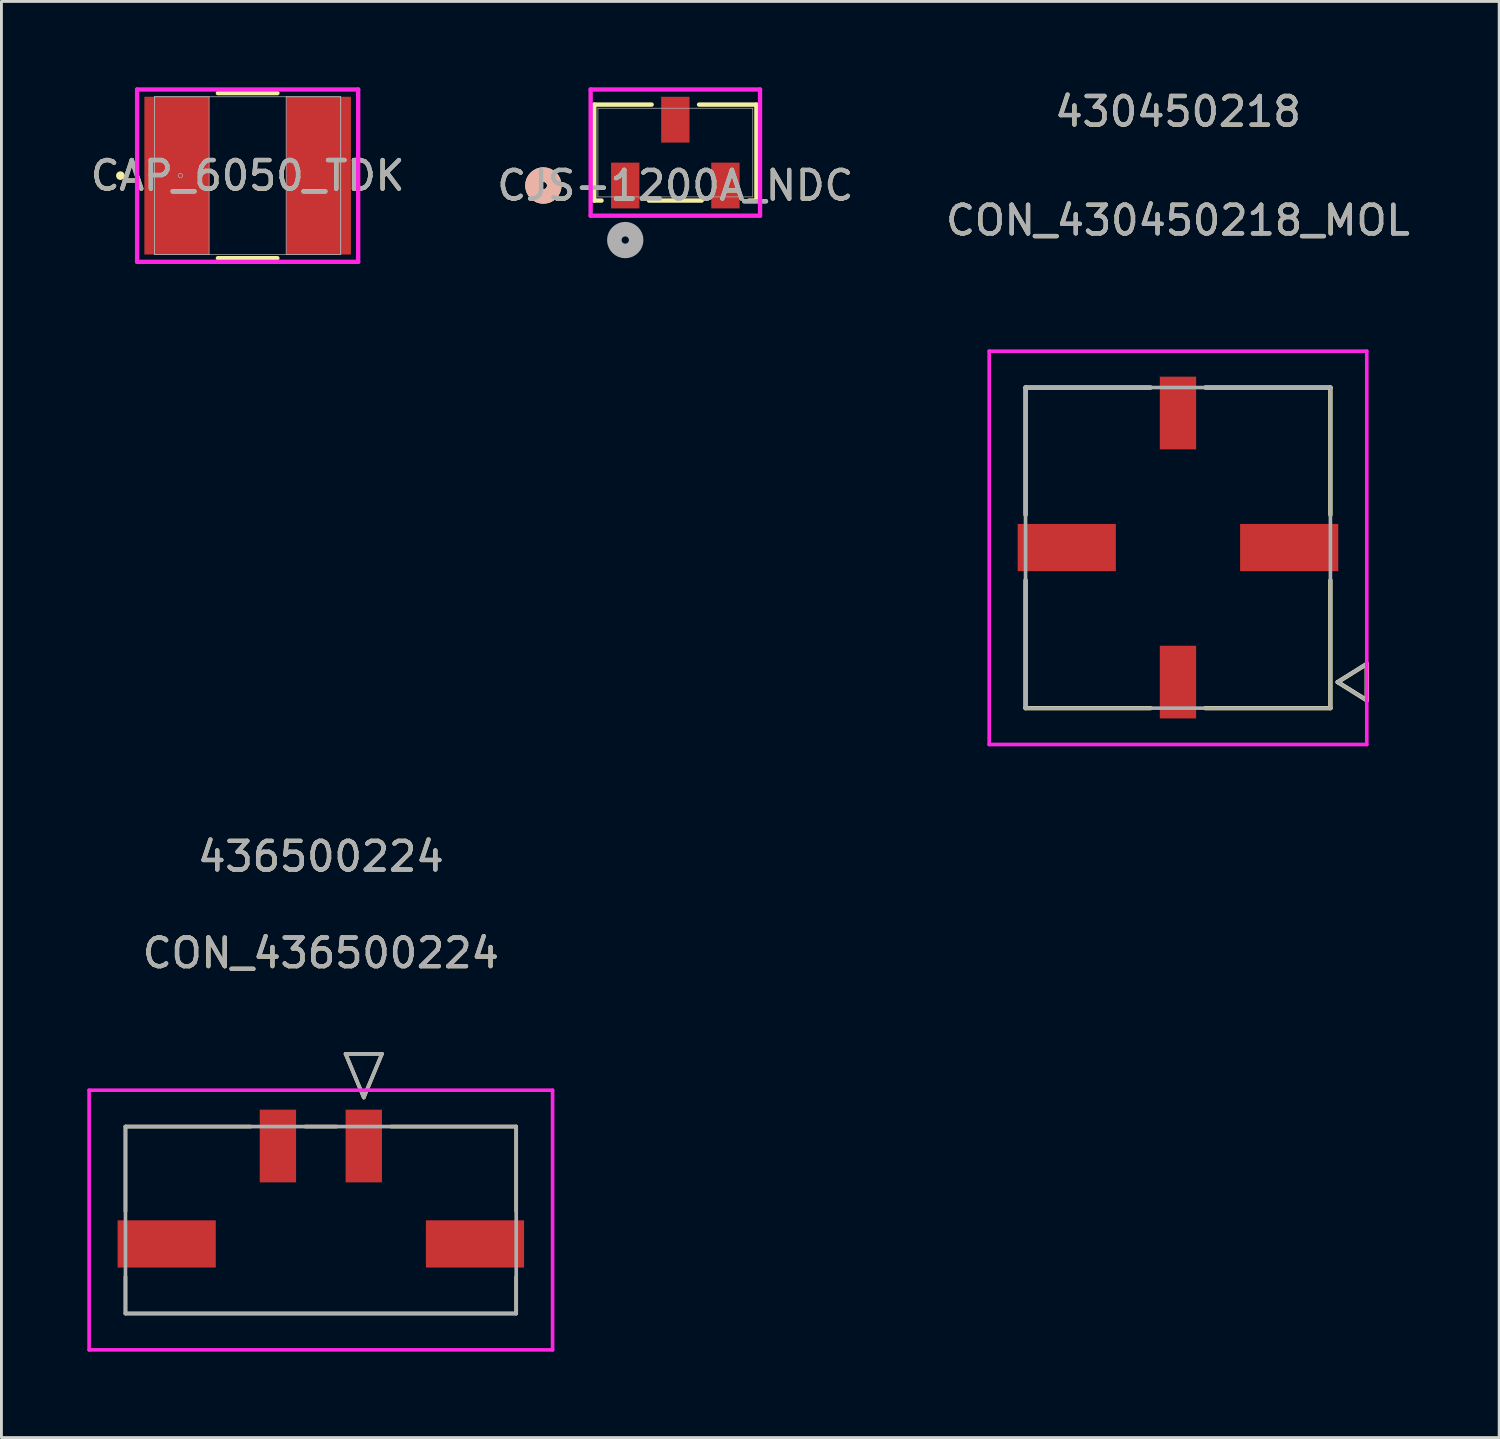
<source format=kicad_pcb>
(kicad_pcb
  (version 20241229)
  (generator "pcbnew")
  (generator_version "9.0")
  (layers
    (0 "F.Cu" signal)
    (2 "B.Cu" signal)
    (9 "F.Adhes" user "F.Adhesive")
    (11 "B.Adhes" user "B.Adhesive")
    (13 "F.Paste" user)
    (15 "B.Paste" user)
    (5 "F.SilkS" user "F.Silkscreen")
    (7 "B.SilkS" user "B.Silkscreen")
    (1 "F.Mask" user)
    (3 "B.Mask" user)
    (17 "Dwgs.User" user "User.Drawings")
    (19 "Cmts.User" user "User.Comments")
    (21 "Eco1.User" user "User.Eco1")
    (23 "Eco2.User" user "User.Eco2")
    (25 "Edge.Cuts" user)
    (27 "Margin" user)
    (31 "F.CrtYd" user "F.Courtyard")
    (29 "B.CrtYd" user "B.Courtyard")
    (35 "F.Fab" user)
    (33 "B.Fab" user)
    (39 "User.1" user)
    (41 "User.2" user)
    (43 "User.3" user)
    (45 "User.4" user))
  (footprint "CON_430450218_MOL"
    (layer "F.Cu")
    (at 38.101 16.078)
    (property "Reference" "CON_430450218_MOL" (at 0 -11.43 0) (unlocked yes) (layer "F.SilkS") (effects (font (size 1 1) (thickness 0.15))))
    (attr smd)
    (fp_line (start -5.325 -5.59) (end -5.325 -1.145) (stroke (width 0.152) (type solid)) (layer "F.SilkS"))
    (fp_line (start -5.325 1.145) (end -5.325 5.61) (stroke (width 0.152) (type solid)) (layer "F.SilkS"))
    (fp_line (start -5.325 5.61) (end -0.955 5.61) (stroke (width 0.152) (type solid)) (layer "F.SilkS"))
    (fp_line (start -0.955 -5.59) (end -5.325 -5.59) (stroke (width 0.152) (type solid)) (layer "F.SilkS"))
    (fp_line (start 0.955 5.61) (end 5.325 5.61) (stroke (width 0.152) (type solid)) (layer "F.SilkS"))
    (fp_line (start 5.325 -5.59) (end 0.955 -5.59) (stroke (width 0.152) (type solid)) (layer "F.SilkS"))
    (fp_line (start 5.325 -1.145) (end 5.325 -5.59) (stroke (width 0.152) (type solid)) (layer "F.SilkS"))
    (fp_line (start 5.325 5.61) (end 5.325 1.145) (stroke (width 0.152) (type solid)) (layer "F.SilkS"))
    (fp_line (start 5.579 4.7) (end 6.595 4.065) (stroke (width 0.152) (type solid)) (layer "F.SilkS"))
    (fp_line (start 6.595 4.065) (end 6.595 5.335) (stroke (width 0.152) (type solid)) (layer "F.SilkS"))
    (fp_line (start 6.595 5.335) (end 5.579 4.7) (stroke (width 0.152) (type solid)) (layer "F.SilkS"))
    (fp_line (start -6.595 -6.86) (end -6.595 6.88) (stroke (width 0.127) (type solid)) (layer "F.CrtYd"))
    (fp_line (start -6.595 6.88) (end 6.595 6.88) (stroke (width 0.127) (type solid)) (layer "F.CrtYd"))
    (fp_line (start 6.595 -6.86) (end -6.595 -6.86) (stroke (width 0.127) (type solid)) (layer "F.CrtYd"))
    (fp_line (start 6.595 6.88) (end 6.595 -6.86) (stroke (width 0.127) (type solid)) (layer "F.CrtYd"))
    (fp_line (start -5.325 -5.59) (end -5.325 5.61) (stroke (width 0.127) (type solid)) (layer "F.Fab"))
    (fp_line (start -5.325 5.61) (end 5.325 5.61) (stroke (width 0.127) (type solid)) (layer "F.Fab"))
    (fp_line (start 5.325 -5.59) (end -5.325 -5.59) (stroke (width 0.127) (type solid)) (layer "F.Fab"))
    (fp_line (start 5.325 5.61) (end 5.325 -5.59) (stroke (width 0.127) (type solid)) (layer "F.Fab"))
    (fp_line (start 5.579 4.7) (end 6.595 4.065) (stroke (width 0.127) (type solid)) (layer "F.Fab"))
    (fp_line (start 6.595 4.065) (end 6.595 5.335) (stroke (width 0.127) (type solid)) (layer "F.Fab"))
    (fp_line (start 6.595 5.335) (end 5.579 4.7) (stroke (width 0.127) (type solid)) (layer "F.Fab"))
    (fp_text user "430450218" (at 0 -15.23 0) (unlocked yes) (layer "F.SilkS") (effects (font (size 1 1) (thickness 0.15))))
    (fp_text user "${REFERENCE}" (at 0 -11.43 0) (unlocked yes) (layer "F.Fab") (effects (font (size 1 1) (thickness 0.15))))
    (fp_text user "430450218" (at 0 -15.23 0) (unlocked yes) (layer "F.Fab") (effects (font (size 1 1) (thickness 0.15))))
    (pad "1" smd rect (at 0 4.7) (size 1.27 2.54) (layers "F.Cu" "F.Mask" "F.Paste"))
    (pad "2" smd rect (at 0 -4.7) (size 1.27 2.54) (layers "F.Cu" "F.Mask" "F.Paste"))
    (pad "S1" smd rect (at 3.885 0) (size 3.43 1.65) (layers "F.Cu" "F.Mask" "F.Paste"))
    (pad "S2" smd rect (at -3.885 0) (size 3.43 1.65) (layers "F.Cu" "F.Mask" "F.Paste")))
  (footprint "CJS-1200A_NDC"
    (layer "F.Cu")
    (at 20.542 2.28)
    (property "Reference" "CJS-1200A_NDC" (at 0 1.151 0) (unlocked yes) (layer "F.SilkS") (effects (font (size 1 1) (thickness 0.15))))
    (attr smd)
    (fp_line (start -2.832 -1.676) (end -2.832 1.676) (stroke (width 0.152) (type solid)) (layer "F.SilkS"))
    (fp_line (start -2.832 1.676) (end -2.578 1.676) (stroke (width 0.152) (type solid)) (layer "F.SilkS"))
    (fp_line (start -0.922 1.676) (end 0.922 1.676) (stroke (width 0.152) (type solid)) (layer "F.SilkS"))
    (fp_line (start -0.828 -1.676) (end -2.832 -1.676) (stroke (width 0.152) (type solid)) (layer "F.SilkS"))
    (fp_line (start 2.578 1.676) (end 2.832 1.676) (stroke (width 0.152) (type solid)) (layer "F.SilkS"))
    (fp_line (start 2.832 -1.676) (end 0.828 -1.676) (stroke (width 0.152) (type solid)) (layer "F.SilkS"))
    (fp_line (start 2.832 1.676) (end 2.832 -1.676) (stroke (width 0.152) (type solid)) (layer "F.SilkS"))
    (fp_circle (center -4.61 1.151) (end -4.229 1.151) (stroke (width 0.508) (type solid)) (fill no) (layer "F.SilkS"))
    (fp_circle (center -4.61 1.151) (end -4.229 1.151) (stroke (width 0.508) (type solid)) (fill no) (layer "B.SilkS"))
    (fp_line (start -2.959 -2.204) (end -2.959 2.205) (stroke (width 0.152) (type solid)) (layer "F.CrtYd"))
    (fp_line (start -2.959 2.205) (end 2.959 2.205) (stroke (width 0.152) (type solid)) (layer "F.CrtYd"))
    (fp_line (start 2.959 -2.204) (end -2.959 -2.204) (stroke (width 0.152) (type solid)) (layer "F.CrtYd"))
    (fp_line (start 2.959 2.205) (end 2.959 -2.204) (stroke (width 0.152) (type solid)) (layer "F.CrtYd"))
    (fp_line (start -2.705 -1.549) (end -2.705 1.549) (stroke (width 0.025) (type solid)) (layer "F.Fab"))
    (fp_line (start -2.705 1.549) (end 2.705 1.549) (stroke (width 0.025) (type solid)) (layer "F.Fab"))
    (fp_line (start 2.705 -1.549) (end -2.705 -1.549) (stroke (width 0.025) (type solid)) (layer "F.Fab"))
    (fp_line (start 2.705 1.549) (end 2.705 -1.549) (stroke (width 0.025) (type solid)) (layer "F.Fab"))
    (fp_circle (center -1.75 3.056) (end -1.369 3.056) (stroke (width 0.508) (type solid)) (fill no) (layer "F.Fab"))
    (fp_text user "${REFERENCE}" (at 0 1.151 0) (unlocked yes) (layer "F.Fab") (effects (font (size 1 1) (thickness 0.15))))
    (pad "1" smd rect (at -1.75 1.151) (size 0.991 1.6) (layers "F.Cu" "F.Mask" "F.Paste"))
    (pad "2" smd rect (at 0 -1.149) (size 0.991 1.6) (layers "F.Cu" "F.Mask" "F.Paste"))
    (pad "3" smd rect (at 1.75 1.151) (size 0.991 1.6) (layers "F.Cu" "F.Mask" "F.Paste")))
  (footprint "CON_436500224"
    (layer "F.Cu")
    (at 8.158 40.405)
    (property "Reference" "CON_436500224" (at 0 -10.16 0) (unlocked yes) (layer "F.SilkS") (effects (font (size 1 1) (thickness 0.15))))
    (attr smd)
    (fp_line (start -6.825 -4.1) (end -6.825 -1.145) (stroke (width 0.127) (type solid)) (layer "F.SilkS"))
    (fp_line (start -6.825 1.145) (end -6.825 2.43) (stroke (width 0.127) (type solid)) (layer "F.SilkS"))
    (fp_line (start -6.825 2.43) (end 6.825 2.43) (stroke (width 0.127) (type solid)) (layer "F.SilkS"))
    (fp_line (start -2.455 -4.1) (end -6.825 -4.1) (stroke (width 0.127) (type solid)) (layer "F.SilkS"))
    (fp_line (start 0.545 -4.1) (end -0.545 -4.1) (stroke (width 0.127) (type solid)) (layer "F.SilkS"))
    (fp_line (start 0.865 -6.64) (end 1.5 -5.116) (stroke (width 0.127) (type solid)) (layer "F.SilkS"))
    (fp_line (start 1.5 -5.116) (end 2.135 -6.64) (stroke (width 0.127) (type solid)) (layer "F.SilkS"))
    (fp_line (start 2.135 -6.64) (end 0.865 -6.64) (stroke (width 0.127) (type solid)) (layer "F.SilkS"))
    (fp_line (start 6.825 -4.1) (end 2.455 -4.1) (stroke (width 0.127) (type solid)) (layer "F.SilkS"))
    (fp_line (start 6.825 -1.145) (end 6.825 -4.1) (stroke (width 0.127) (type solid)) (layer "F.SilkS"))
    (fp_line (start 6.825 2.43) (end 6.825 1.145) (stroke (width 0.127) (type solid)) (layer "F.SilkS"))
    (fp_line (start -8.095 -5.37) (end -8.095 3.7) (stroke (width 0.127) (type solid)) (layer "F.CrtYd"))
    (fp_line (start -8.095 3.7) (end 8.095 3.7) (stroke (width 0.127) (type solid)) (layer "F.CrtYd"))
    (fp_line (start 8.095 -5.37) (end -8.095 -5.37) (stroke (width 0.127) (type solid)) (layer "F.CrtYd"))
    (fp_line (start 8.095 3.7) (end 8.095 -5.37) (stroke (width 0.127) (type solid)) (layer "F.CrtYd"))
    (fp_line (start -6.825 -4.1) (end -6.825 2.43) (stroke (width 0.127) (type solid)) (layer "F.Fab"))
    (fp_line (start -6.825 2.43) (end 6.825 2.43) (stroke (width 0.127) (type solid)) (layer "F.Fab"))
    (fp_line (start 0.865 -6.64) (end 1.5 -5.116) (stroke (width 0.127) (type solid)) (layer "F.Fab"))
    (fp_line (start 1.5 -5.116) (end 2.135 -6.64) (stroke (width 0.127) (type solid)) (layer "F.Fab"))
    (fp_line (start 2.135 -6.64) (end 0.865 -6.64) (stroke (width 0.127) (type solid)) (layer "F.Fab"))
    (fp_line (start 6.825 -4.1) (end -6.825 -4.1) (stroke (width 0.127) (type solid)) (layer "F.Fab"))
    (fp_line (start 6.825 2.43) (end 6.825 -4.1) (stroke (width 0.127) (type solid)) (layer "F.Fab"))
    (fp_text user "436500224" (at 0 -13.535 0) (unlocked yes) (layer "F.SilkS") (effects (font (size 1 1) (thickness 0.15))))
    (fp_text user "436500224" (at 0 -13.535 0) (unlocked yes) (layer "F.Fab") (effects (font (size 1 1) (thickness 0.15))))
    (fp_text user "${REFERENCE}" (at 0 -10.16 0) (unlocked yes) (layer "F.Fab") (effects (font (size 1 1) (thickness 0.15))))
    (pad "1" smd rect (at 1.5 -3.42) (size 1.27 2.54) (layers "F.Cu" "F.Mask" "F.Paste"))
    (pad "2" smd rect (at -1.5 -3.42) (size 1.27 2.54) (layers "F.Cu" "F.Mask" "F.Paste"))
    (pad "P1" smd rect (at 5.385 0) (size 3.43 1.65) (layers "F.Cu" "F.Mask" "F.Paste"))
    (pad "P2" smd rect (at -5.385 0) (size 3.43 1.65) (layers "F.Cu" "F.Mask" "F.Paste")))
  (footprint "CAP_6050_TDK"
    (layer "F.Cu")
    (at 5.601 3.086)
    (property "Reference" "CAP_6050_TDK" (at 0 0 0) (unlocked yes) (layer "F.SilkS") (effects (font (size 1 1) (thickness 0.15))))
    (attr smd)
    (fp_line (start -1.039 2.883) (end 1.039 2.883) (stroke (width 0.152) (type solid)) (layer "F.SilkS"))
    (fp_line (start 1.039 -2.883) (end -1.039 -2.883) (stroke (width 0.152) (type solid)) (layer "F.SilkS"))
    (fp_circle (center -4.445 0) (end -4.369 0) (stroke (width 0.152) (type solid)) (fill no) (layer "F.SilkS"))
    (fp_line (start -3.861 -3.01) (end 3.861 -3.01) (stroke (width 0.152) (type solid)) (layer "F.CrtYd"))
    (fp_line (start -3.861 3.01) (end -3.861 -3.01) (stroke (width 0.152) (type solid)) (layer "F.CrtYd"))
    (fp_line (start 3.861 -3.01) (end 3.861 3.01) (stroke (width 0.152) (type solid)) (layer "F.CrtYd"))
    (fp_line (start 3.861 3.01) (end -3.861 3.01) (stroke (width 0.152) (type solid)) (layer "F.CrtYd"))
    (fp_line (start -3.251 -2.756) (end -3.251 2.756) (stroke (width 0.025) (type solid)) (layer "F.Fab"))
    (fp_line (start -3.251 -2.756) (end -3.251 2.756) (stroke (width 0.025) (type solid)) (layer "F.Fab"))
    (fp_line (start -3.251 2.756) (end -1.346 2.756) (stroke (width 0.025) (type solid)) (layer "F.Fab"))
    (fp_line (start -3.251 2.756) (end 3.251 2.756) (stroke (width 0.025) (type solid)) (layer "F.Fab"))
    (fp_line (start -1.346 -2.756) (end -3.251 -2.756) (stroke (width 0.025) (type solid)) (layer "F.Fab"))
    (fp_line (start -1.346 2.756) (end -1.346 -2.756) (stroke (width 0.025) (type solid)) (layer "F.Fab"))
    (fp_line (start 1.346 -2.756) (end 1.346 2.756) (stroke (width 0.025) (type solid)) (layer "F.Fab"))
    (fp_line (start 1.346 2.756) (end 3.251 2.756) (stroke (width 0.025) (type solid)) (layer "F.Fab"))
    (fp_line (start 3.251 -2.756) (end -3.251 -2.756) (stroke (width 0.025) (type solid)) (layer "F.Fab"))
    (fp_line (start 3.251 -2.756) (end 1.346 -2.756) (stroke (width 0.025) (type solid)) (layer "F.Fab"))
    (fp_line (start 3.251 2.756) (end 3.251 -2.756) (stroke (width 0.025) (type solid)) (layer "F.Fab"))
    (fp_line (start 3.251 2.756) (end 3.251 -2.756) (stroke (width 0.025) (type solid)) (layer "F.Fab"))
    (fp_circle (center -2.349 0) (end -2.273 0) (stroke (width 0.025) (type solid)) (fill no) (layer "F.Fab"))
    (fp_text user "${REFERENCE}" (at 0 0 0) (unlocked yes) (layer "F.Fab") (effects (font (size 1 1) (thickness 0.15))))
    (pad "1" smd rect (at -2.477 0) (size 2.261 5.512) (layers "F.Cu" "F.Mask" "F.Paste"))
    (pad "2" smd rect (at 2.477 0) (size 2.261 5.512) (layers "F.Cu" "F.Mask" "F.Paste")))
  (gr_rect
    (start -3 -3)
    (end 49.321 47.169)
    (stroke (width 0.1) (type default))
    (fill no)
    (layer "Edge.Cuts")))
</source>
